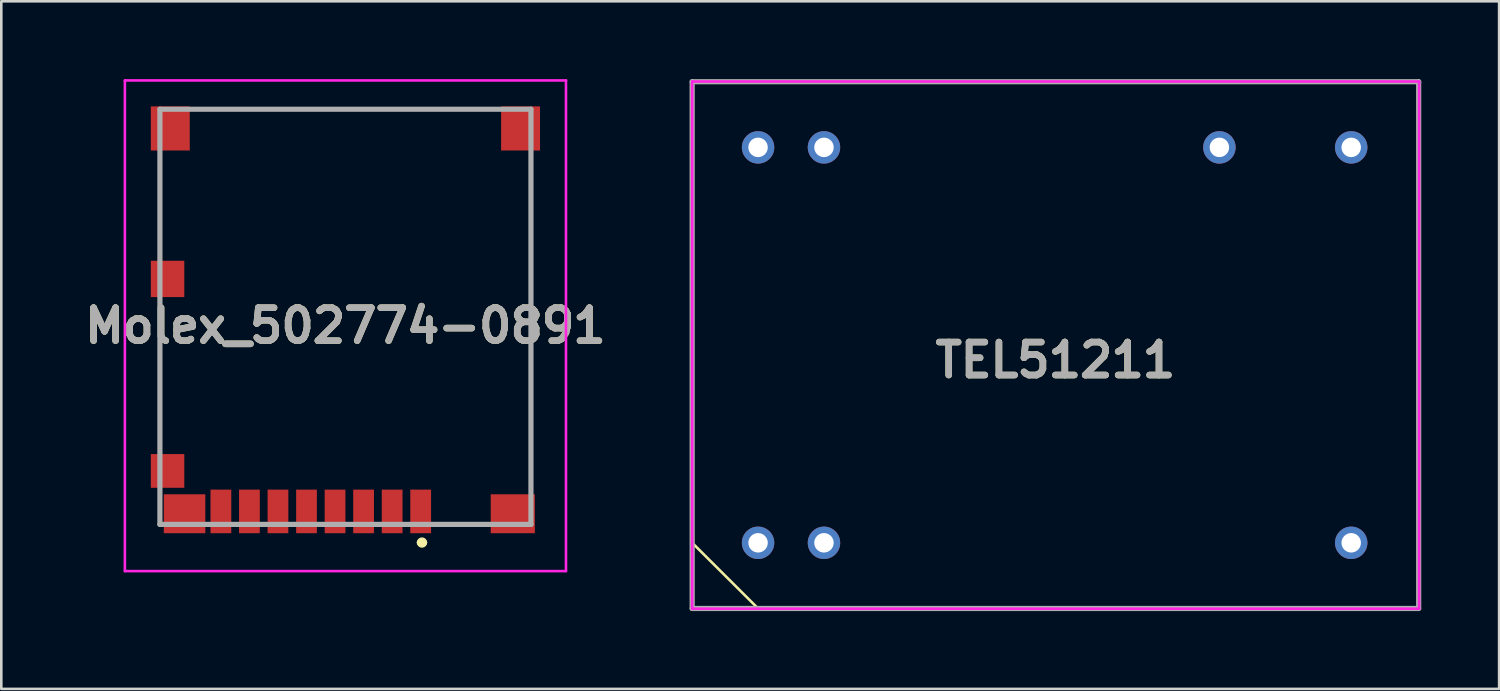
<source format=kicad_pcb>
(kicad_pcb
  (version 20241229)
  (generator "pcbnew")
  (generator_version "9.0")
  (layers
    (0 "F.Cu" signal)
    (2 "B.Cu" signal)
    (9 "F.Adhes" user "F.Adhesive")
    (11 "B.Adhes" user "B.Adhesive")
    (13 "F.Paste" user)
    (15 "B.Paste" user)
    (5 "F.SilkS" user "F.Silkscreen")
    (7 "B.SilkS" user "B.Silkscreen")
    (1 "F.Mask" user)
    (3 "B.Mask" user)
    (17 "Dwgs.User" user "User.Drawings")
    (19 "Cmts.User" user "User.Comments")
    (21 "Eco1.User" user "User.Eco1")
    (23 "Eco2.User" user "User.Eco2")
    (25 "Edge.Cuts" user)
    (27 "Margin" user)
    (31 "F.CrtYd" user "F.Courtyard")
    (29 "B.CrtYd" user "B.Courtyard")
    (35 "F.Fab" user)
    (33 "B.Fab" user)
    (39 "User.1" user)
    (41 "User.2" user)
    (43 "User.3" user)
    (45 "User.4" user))
  (footprint "Molex_502774-0891"
    (layer "F.Cu")
    (at 17.413 17.16)
    (property "Reference" "Molex_502774-0891" (at -7.15 -7.655 0) (layer "F.SilkS") (effects (font (size 1.27 1.27) (thickness 0.254))))
    (attr smd)
    (fp_line (start -14.3 -14) (end -14.3 -10.5) (stroke (width 0.1) (type solid)) (layer "F.SilkS"))
    (fp_line (start -14.3 -8.5) (end -14.3 -3) (stroke (width 0.1) (type solid)) (layer "F.SilkS"))
    (fp_line (start -14.3 -1) (end -14.3 0) (stroke (width 0.1) (type solid)) (layer "F.SilkS"))
    (fp_line (start -13 -16) (end -1.5 -16) (stroke (width 0.1) (type solid)) (layer "F.SilkS"))
    (fp_line (start -4.3 0.7) (end -4.3 0.7) (stroke (width 0.2) (type solid)) (layer "F.SilkS"))
    (fp_line (start -4.1 0.7) (end -4.1 0.7) (stroke (width 0.2) (type solid)) (layer "F.SilkS"))
    (fp_line (start -3.5 0) (end -2 0) (stroke (width 0.1) (type solid)) (layer "F.SilkS"))
    (fp_line (start 0 -1.5) (end 0 -14) (stroke (width 0.1) (type solid)) (layer "F.SilkS"))
    (fp_arc (start -4.3 0.7) (mid -4.2 0.6) (end -4.1 0.7) (stroke (width 0.2) (type solid)) (layer "F.SilkS"))
    (fp_arc (start -4.1 0.7) (mid -4.2 0.8) (end -4.3 0.7) (stroke (width 0.2) (type solid)) (layer "F.SilkS"))
    (fp_line (start -15.65 -17.11) (end 1.35 -17.11) (stroke (width 0.1) (type solid)) (layer "F.CrtYd"))
    (fp_line (start -15.65 1.8) (end -15.65 -17.11) (stroke (width 0.1) (type solid)) (layer "F.CrtYd"))
    (fp_line (start 1.35 -17.11) (end 1.35 1.8) (stroke (width 0.1) (type solid)) (layer "F.CrtYd"))
    (fp_line (start 1.35 1.8) (end -15.65 1.8) (stroke (width 0.1) (type solid)) (layer "F.CrtYd"))
    (fp_line (start -14.3 -16) (end 0 -16) (stroke (width 0.2) (type solid)) (layer "F.Fab"))
    (fp_line (start -14.3 0) (end -14.3 -16) (stroke (width 0.2) (type solid)) (layer "F.Fab"))
    (fp_line (start 0 -16) (end 0 0) (stroke (width 0.2) (type solid)) (layer "F.Fab"))
    (fp_line (start 0 0) (end -14.3 0) (stroke (width 0.2) (type solid)) (layer "F.Fab"))
    (fp_text user "${REFERENCE}" (at -7.15 -7.655 0) (layer "F.Fab") (effects (font (size 1.27 1.27) (thickness 0.254))))
    (pad "1" smd rect (at -4.25 -0.5) (size 0.8 1.68) (layers "F.Cu" "F.Mask" "F.Paste"))
    (pad "2" smd rect (at -5.35 -0.5) (size 0.8 1.68) (layers "F.Cu" "F.Mask" "F.Paste"))
    (pad "3" smd rect (at -6.45 -0.5) (size 0.8 1.68) (layers "F.Cu" "F.Mask" "F.Paste"))
    (pad "4" smd rect (at -7.55 -0.5) (size 0.8 1.68) (layers "F.Cu" "F.Mask" "F.Paste"))
    (pad "5" smd rect (at -8.65 -0.5) (size 0.8 1.68) (layers "F.Cu" "F.Mask" "F.Paste"))
    (pad "6" smd rect (at -9.75 -0.5) (size 0.8 1.68) (layers "F.Cu" "F.Mask" "F.Paste"))
    (pad "7" smd rect (at -10.85 -0.5) (size 0.8 1.68) (layers "F.Cu" "F.Mask" "F.Paste"))
    (pad "8" smd rect (at -11.95 -0.5) (size 0.8 1.68) (layers "F.Cu" "F.Mask" "F.Paste"))
    (pad "9" smd rect (at -13.35 -0.41 90) (size 1.5 1.6) (layers "F.Cu" "F.Mask" "F.Paste"))
    (pad "10" smd rect (at -14.005 -2.06) (size 1.29 1.3) (layers "F.Cu" "F.Mask" "F.Paste"))
    (pad "11" smd rect (at -14.005 -9.46) (size 1.29 1.4) (layers "F.Cu" "F.Mask" "F.Paste"))
    (pad "12" smd rect (at -13.9 -15.26) (size 1.5 1.7) (layers "F.Cu" "F.Mask" "F.Paste"))
    (pad "13" smd rect (at -0.4 -15.26) (size 1.5 1.7) (layers "F.Cu" "F.Mask" "F.Paste"))
    (pad "14" smd rect (at -0.7 -0.41 90) (size 1.5 1.7) (layers "F.Cu" "F.Mask" "F.Paste")))
  (footprint "TEL51211"
    (layer "F.Cu")
    (at 26.166 17.87)
    (property "Reference" "TEL51211" (at 11.46 -7.041 0) (layer "F.SilkS") (effects (font (size 1.27 1.27) (thickness 0.254))))
    (attr through_hole)
    (fp_line (start -2.54 -17.77) (end 25.46 -17.77) (stroke (width 0.1) (type solid)) (layer "F.SilkS"))
    (fp_line (start -2.54 0) (end -2.54 -17.77) (stroke (width 0.1) (type solid)) (layer "F.SilkS"))
    (fp_line (start 0 2.53) (end -2.54 0) (stroke (width 0.1) (type solid)) (layer "F.SilkS"))
    (fp_line (start 25.46 -17.77) (end 25.46 2.53) (stroke (width 0.1) (type solid)) (layer "F.SilkS"))
    (fp_line (start 25.46 2.53) (end 0 2.53) (stroke (width 0.1) (type solid)) (layer "F.SilkS"))
    (fp_line (start -2.54 -17.78) (end 25.476 -17.78) (stroke (width 0.1) (type solid)) (layer "F.CrtYd"))
    (fp_line (start -2.54 2.54) (end -2.54 -17.78) (stroke (width 0.1) (type solid)) (layer "F.CrtYd"))
    (fp_line (start 25.476 -17.78) (end 25.476 2.54) (stroke (width 0.1) (type solid)) (layer "F.CrtYd"))
    (fp_line (start 25.476 2.54) (end -2.54 2.54) (stroke (width 0.1) (type solid)) (layer "F.CrtYd"))
    (fp_line (start -2.54 -17.77) (end 25.46 -17.77) (stroke (width 0.2) (type solid)) (layer "F.Fab"))
    (fp_line (start -2.54 2.53) (end -2.54 -17.77) (stroke (width 0.2) (type solid)) (layer "F.Fab"))
    (fp_line (start 25.46 -17.77) (end 25.46 2.53) (stroke (width 0.2) (type solid)) (layer "F.Fab"))
    (fp_line (start 25.46 2.53) (end -2.54 2.53) (stroke (width 0.2) (type solid)) (layer "F.Fab"))
    (fp_text user "${REFERENCE}" (at 11.46 -7.041 0) (layer "F.Fab") (effects (font (size 1.27 1.27) (thickness 0.254))))
    (pad "2" thru_hole circle (at 0 0) (size 1.25 1.25) (drill 0.75) (layers "*.Cu" "*.Mask"))
    (pad "3" thru_hole circle (at 2.54 0) (size 1.25 1.25) (drill 0.75) (layers "*.Cu" "*.Mask"))
    (pad "11" thru_hole circle (at 22.86 0) (size 1.25 1.25) (drill 0.75) (layers "*.Cu" "*.Mask"))
    (pad "14" thru_hole circle (at 22.86 -15.24) (size 1.25 1.25) (drill 0.75) (layers "*.Cu" "*.Mask"))
    (pad "16" thru_hole circle (at 17.78 -15.24) (size 1.25 1.25) (drill 0.75) (layers "*.Cu" "*.Mask"))
    (pad "22" thru_hole circle (at 2.54 -15.24) (size 1.25 1.25) (drill 0.75) (layers "*.Cu" "*.Mask"))
    (pad "23" thru_hole circle (at 0 -15.24) (size 1.25 1.25) (drill 0.75) (layers "*.Cu" "*.Mask")))
  (gr_rect
    (start -3 -3)
    (end 54.726 23.5)
    (stroke (width 0.1) (type default))
    (fill no)
    (layer "Edge.Cuts")))
</source>
